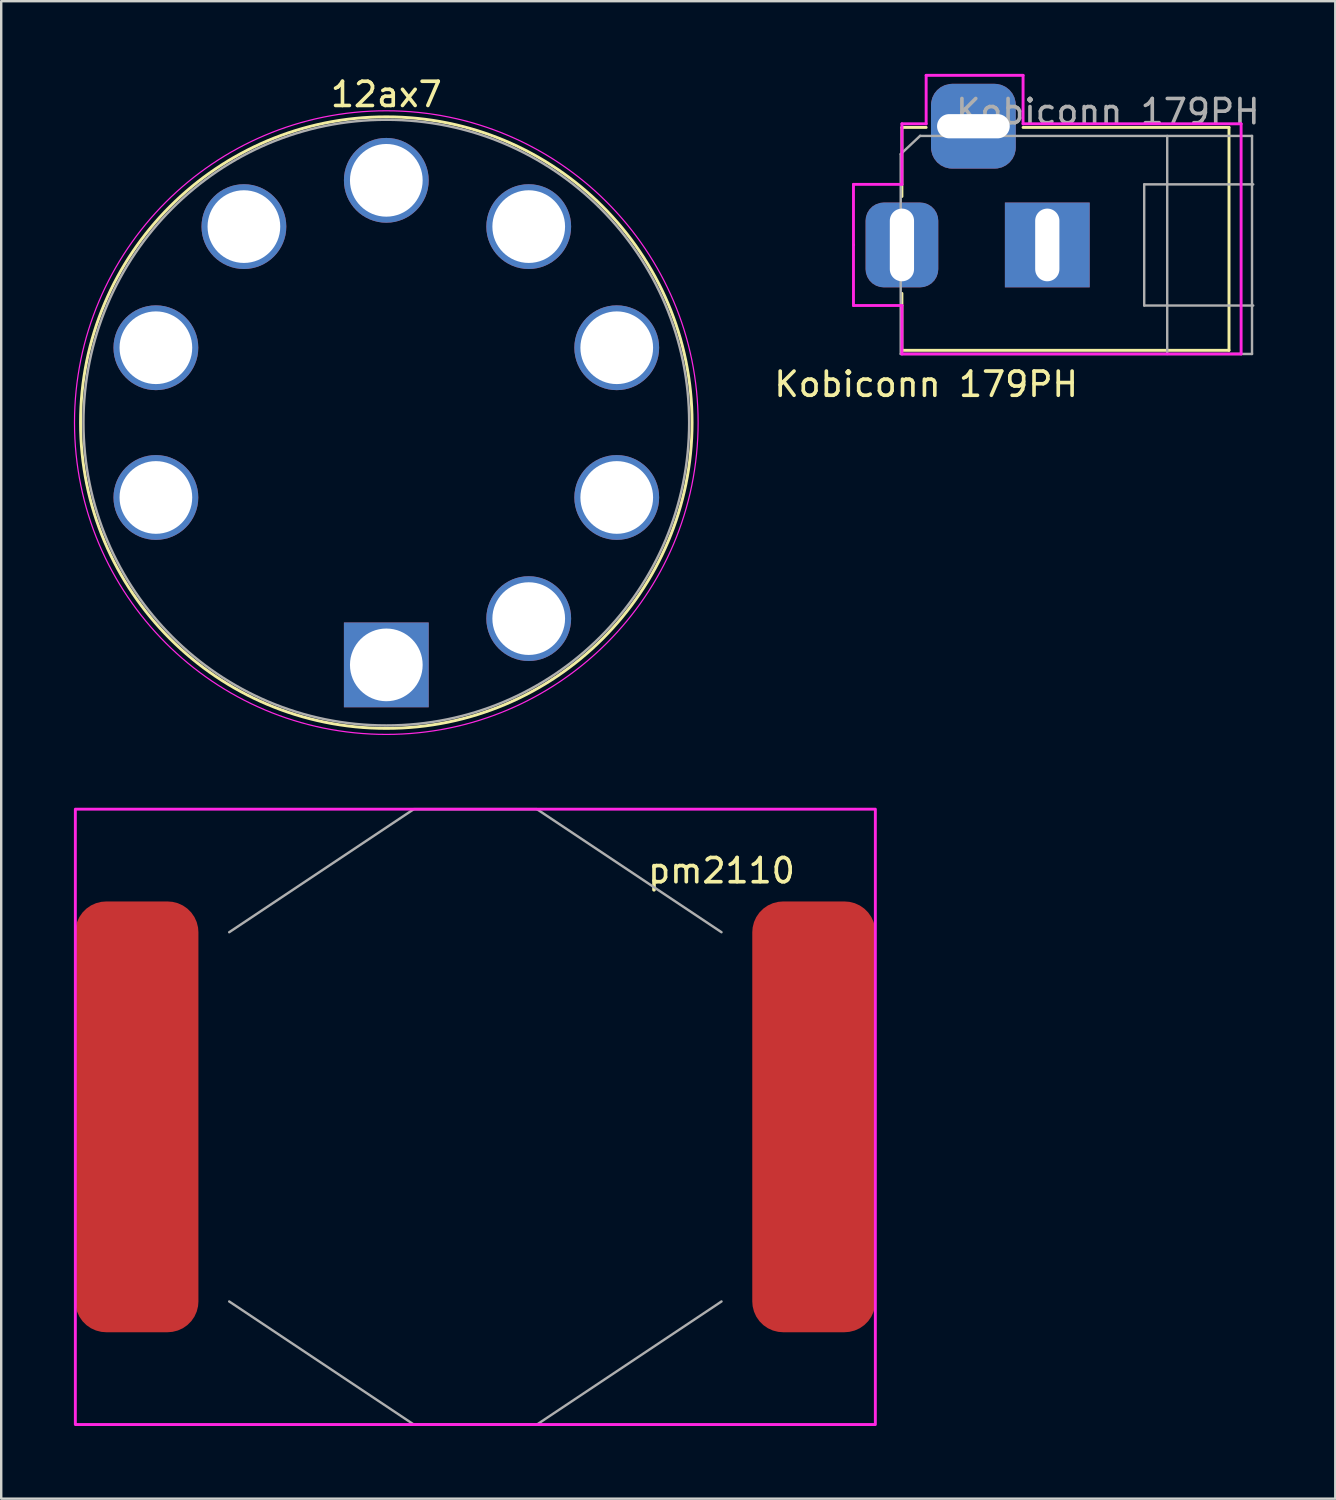
<source format=kicad_pcb>
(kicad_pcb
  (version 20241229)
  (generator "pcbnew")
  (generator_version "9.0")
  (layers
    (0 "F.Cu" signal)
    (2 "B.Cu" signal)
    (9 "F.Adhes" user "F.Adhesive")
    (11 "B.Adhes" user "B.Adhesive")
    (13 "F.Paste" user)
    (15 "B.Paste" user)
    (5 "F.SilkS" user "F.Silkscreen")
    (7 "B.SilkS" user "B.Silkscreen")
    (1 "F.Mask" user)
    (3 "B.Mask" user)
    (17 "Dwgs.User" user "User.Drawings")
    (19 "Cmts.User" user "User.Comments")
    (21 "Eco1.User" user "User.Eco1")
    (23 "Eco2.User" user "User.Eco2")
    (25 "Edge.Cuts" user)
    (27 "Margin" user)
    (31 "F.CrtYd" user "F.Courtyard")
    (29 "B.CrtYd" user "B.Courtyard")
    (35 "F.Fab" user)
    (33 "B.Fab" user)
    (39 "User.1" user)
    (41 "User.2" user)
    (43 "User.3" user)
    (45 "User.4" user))
  (footprint "pm2110"
    (layer "F.Cu")
    (at 16.57 43.048)
    (property "Reference" "pm2110" (at 10.16 -10.16 0) (unlocked yes) (layer "F.SilkS") (effects (font (size 1 1) (thickness 0.15))))
    (attr smd)
    (fp_rect (start -16.51 -12.7) (end 16.51 12.7) (stroke (width 0.12) (type solid)) (fill no) (layer "F.CrtYd"))
    (fp_line (start -10.16 -7.62) (end -2.54 -12.7) (stroke (width 0.1) (type solid)) (layer "F.Fab"))
    (fp_line (start -10.16 7.62) (end -2.54 12.7) (stroke (width 0.1) (type solid)) (layer "F.Fab"))
    (fp_line (start -2.54 -12.7) (end 2.54 -12.7) (stroke (width 0.1) (type solid)) (layer "F.Fab"))
    (fp_line (start -2.54 12.7) (end 2.54 12.7) (stroke (width 0.1) (type solid)) (layer "F.Fab"))
    (fp_line (start 2.54 -12.7) (end 10.16 -7.62) (stroke (width 0.1) (type solid)) (layer "F.Fab"))
    (fp_line (start 2.54 12.7) (end 10.16 7.62) (stroke (width 0.1) (type solid)) (layer "F.Fab"))
    (pad "1" smd roundrect (at -13.97 0) (size 5.08 17.78) (layers "F.Cu" "F.Mask" "F.Paste") (roundrect_rratio 0.25))
    (pad "2" smd roundrect (at 13.97 0) (size 5.08 17.78) (layers "F.Cu" "F.Mask" "F.Paste") (roundrect_rratio 0.25)))
  (footprint "Kobiconn 179PH"
    (layer "F.Cu")
    (at 34.177 7.06)
    (property "Reference" "Kobiconn 179PH" (at 1 5.75 0) (layer "F.SilkS") (effects (font (size 1 1) (thickness 0.15))))
    (attr through_hole)
    (fp_line (start 0 -4.85) (end 0 -2) (stroke (width 0.12) (type solid)) (layer "F.SilkS"))
    (fp_line (start 0 -4.85) (end 1 -4.85) (stroke (width 0.12) (type solid)) (layer "F.SilkS"))
    (fp_line (start 0 4.35) (end 0 2) (stroke (width 0.12) (type solid)) (layer "F.SilkS"))
    (fp_line (start 5 -4.85) (end 13.5 -4.85) (stroke (width 0.12) (type solid)) (layer "F.SilkS"))
    (fp_line (start 13.5 -4.85) (end 13.5 4.35) (stroke (width 0.12) (type solid)) (layer "F.SilkS"))
    (fp_line (start 13.5 4.35) (end 0 4.35) (stroke (width 0.12) (type solid)) (layer "F.SilkS"))
    (fp_line (start -2 -2.5) (end 0 -2.5) (stroke (width 0.12) (type solid)) (layer "F.CrtYd"))
    (fp_line (start -2 0) (end -2 -2.5) (stroke (width 0.12) (type solid)) (layer "F.CrtYd"))
    (fp_line (start -2 2.5) (end -2 0) (stroke (width 0.12) (type solid)) (layer "F.CrtYd"))
    (fp_line (start 0 -5) (end 1 -5) (stroke (width 0.12) (type solid)) (layer "F.CrtYd"))
    (fp_line (start 0 -2.5) (end 0 -5) (stroke (width 0.12) (type solid)) (layer "F.CrtYd"))
    (fp_line (start 0 2.5) (end -2 2.5) (stroke (width 0.12) (type solid)) (layer "F.CrtYd"))
    (fp_line (start 0 4.5) (end 0 2.5) (stroke (width 0.12) (type solid)) (layer "F.CrtYd"))
    (fp_line (start 1 -7) (end 5 -7) (stroke (width 0.12) (type solid)) (layer "F.CrtYd"))
    (fp_line (start 1 -5) (end 1 -7) (stroke (width 0.12) (type solid)) (layer "F.CrtYd"))
    (fp_line (start 5 -7) (end 5 -5) (stroke (width 0.12) (type solid)) (layer "F.CrtYd"))
    (fp_line (start 5 -5) (end 14 -5) (stroke (width 0.12) (type solid)) (layer "F.CrtYd"))
    (fp_line (start 14 -5) (end 14 4.5) (stroke (width 0.12) (type solid)) (layer "F.CrtYd"))
    (fp_line (start 14 4.5) (end 0 4.5) (stroke (width 0.12) (type solid)) (layer "F.CrtYd"))
    (fp_line (start -0.05 4.5) (end -0.05 -3.75) (stroke (width 0.1) (type solid)) (layer "F.Fab"))
    (fp_line (start 0.75 -4.5) (end 14.45 -4.5) (stroke (width 0.1) (type solid)) (layer "F.Fab"))
    (fp_line (start 0.753 -4.505) (end -0.05 -3.75) (stroke (width 0.1) (type solid)) (layer "F.Fab"))
    (fp_line (start 10 -2.5) (end 10 2.5) (stroke (width 0.1) (type solid)) (layer "F.Fab"))
    (fp_line (start 10 2.5) (end 14.5 2.5) (stroke (width 0.1) (type solid)) (layer "F.Fab"))
    (fp_line (start 10.95 -4.5) (end 10.95 4.5) (stroke (width 0.1) (type solid)) (layer "F.Fab"))
    (fp_line (start 14.45 -4.5) (end 14.45 4.5) (stroke (width 0.1) (type solid)) (layer "F.Fab"))
    (fp_line (start 14.45 4.5) (end -0.05 4.5) (stroke (width 0.1) (type solid)) (layer "F.Fab"))
    (fp_line (start 14.5 -2.5) (end 10 -2.5) (stroke (width 0.1) (type solid)) (layer "F.Fab"))
    (fp_text user "${REFERENCE}" (at 8.5 -5.5 0) (layer "F.Fab") (effects (font (size 1 1) (thickness 0.15))))
    (pad "1" thru_hole roundrect (at 0 0) (size 3 3.5) (drill oval 1 3) (layers "*.Cu" "*.Mask") (roundrect_rratio 0.25))
    (pad "2" thru_hole rect (at 6 0) (size 3.5 3.5) (drill oval 1 3) (layers "*.Cu" "*.Mask"))
    (pad "3" thru_hole roundrect (at 2.95 -4.9) (size 3.5 3.5) (drill oval 3 1) (layers "*.Cu" "*.Mask") (roundrect_rratio 0.25)))
  (footprint "12ax7"
    (layer "F.Cu")
    (at 12.895 14.393)
    (property "Reference" "12ax7" (at 0 -13.545 0) (layer "F.SilkS") (effects (font (size 1 1) (thickness 0.15))))
    (fp_circle (center 0 0) (end 0 12.62) (stroke (width 0.12) (type solid)) (fill no) (layer "F.SilkS"))
    (fp_circle (center 0 0) (end 0 12.87) (stroke (width 0.05) (type solid)) (fill no) (layer "F.CrtYd"))
    (fp_circle (center 0 0) (end 0 12.5) (stroke (width 0.1) (type solid)) (fill no) (layer "F.Fab"))
    (pad "1" thru_hole rect (at 0 10) (size 3.5 3.5) (drill 3) (layers "*.Cu" "*.Mask"))
    (pad "2" thru_hole oval (at 5.878 8.09) (size 3.5 3.5) (drill 3) (layers "*.Cu" "*.Mask"))
    (pad "3" thru_hole oval (at 9.511 3.09) (size 3.5 3.5) (drill 3) (layers "*.Cu" "*.Mask"))
    (pad "4" thru_hole oval (at 9.511 -3.09) (size 3.5 3.5) (drill 3) (layers "*.Cu" "*.Mask"))
    (pad "5" thru_hole oval (at 5.878 -8.09) (size 3.5 3.5) (drill 3) (layers "*.Cu" "*.Mask"))
    (pad "6" thru_hole oval (at 0 -10) (size 3.5 3.5) (drill 3) (layers "*.Cu" "*.Mask"))
    (pad "7" thru_hole oval (at -5.878 -8.09) (size 3.5 3.5) (drill 3) (layers "*.Cu" "*.Mask"))
    (pad "8" thru_hole oval (at -9.511 -3.09) (size 3.5 3.5) (drill 3) (layers "*.Cu" "*.Mask"))
    (pad "9" thru_hole oval (at -9.511 3.09) (size 3.5 3.5) (drill 3) (layers "*.Cu" "*.Mask")))
  (gr_rect
    (start -3 -3)
    (end 52.064 58.808)
    (stroke (width 0.1) (type default))
    (fill no)
    (layer "Edge.Cuts")))
</source>
